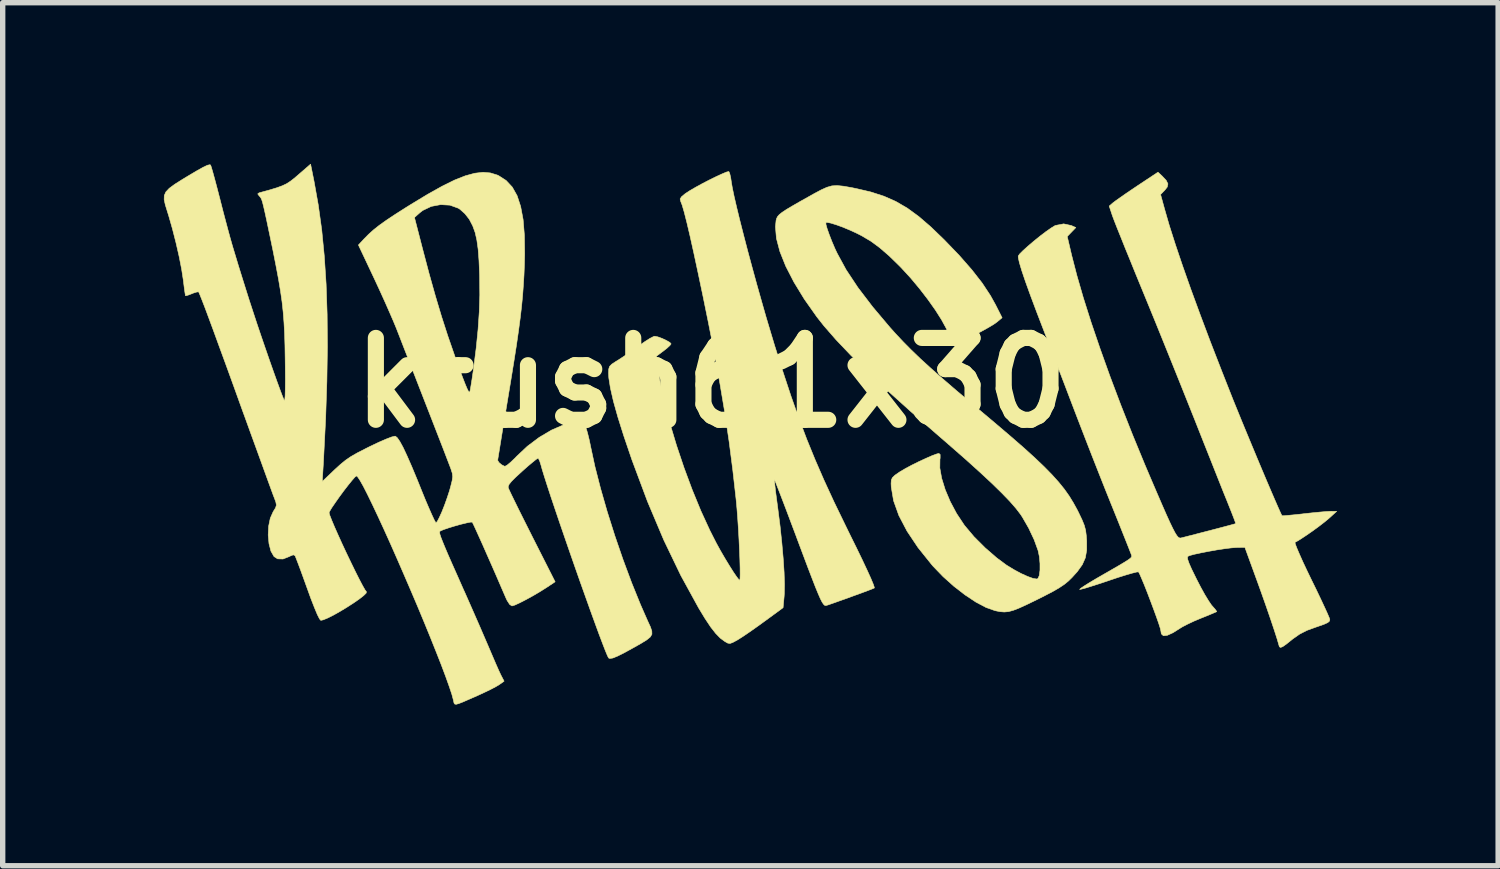
<source format=kicad_pcb>
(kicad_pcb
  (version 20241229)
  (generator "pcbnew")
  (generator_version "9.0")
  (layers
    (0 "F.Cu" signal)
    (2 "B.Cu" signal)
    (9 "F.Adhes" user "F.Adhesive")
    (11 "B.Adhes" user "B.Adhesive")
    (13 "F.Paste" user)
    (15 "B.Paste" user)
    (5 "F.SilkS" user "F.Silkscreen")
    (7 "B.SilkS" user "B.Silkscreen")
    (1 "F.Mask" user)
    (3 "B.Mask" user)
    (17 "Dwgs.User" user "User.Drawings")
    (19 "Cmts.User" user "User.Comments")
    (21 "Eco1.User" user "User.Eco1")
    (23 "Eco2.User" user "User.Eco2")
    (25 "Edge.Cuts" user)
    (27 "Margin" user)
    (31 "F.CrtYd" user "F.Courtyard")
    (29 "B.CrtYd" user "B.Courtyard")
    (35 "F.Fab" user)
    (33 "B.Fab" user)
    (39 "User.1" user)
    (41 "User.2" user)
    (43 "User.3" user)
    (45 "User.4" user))
  (footprint "krush61x30"
    (layer "F.Cu")
    (at 10.186 4.073)
    (property "Reference" "krush61x30" (at 0 0 0) (layer "F.SilkS") (effects (font (size 1.524 1.524) (thickness 0.3))))
    (attr through_hole)
    (fp_poly (pts (xy 0.328 -3.93) (xy 0.344 -3.895) (xy 0.362 -3.818) (xy 0.373 -3.743) (xy 0.392 -3.63) (xy 0.426 -3.467) (xy 0.474 -3.26) (xy 0.533 -3.018) (xy 0.602 -2.747) (xy 0.678 -2.455) (xy 0.761 -2.147) (xy 0.847 -1.833) (xy 0.936 -1.518) (xy 1.024 -1.21) (xy 1.112 -0.916) (xy 1.181 -0.687) (xy 1.337 -0.196) (xy 1.484 0.249) (xy 1.63 0.66) (xy 1.777 1.05) (xy 1.932 1.43) (xy 2.099 1.814) (xy 2.283 2.213) (xy 2.49 2.64) (xy 2.57 2.804) (xy 2.7 3.067) (xy 2.811 3.296) (xy 2.901 3.488) (xy 2.97 3.64) (xy 3.015 3.748) (xy 3.035 3.808) (xy 3.034 3.82) (xy 2.999 3.835) (xy 2.919 3.866) (xy 2.807 3.908) (xy 2.674 3.956) (xy 2.533 4.008) (xy 2.394 4.057) (xy 2.271 4.101) (xy 2.176 4.134) (xy 2.146 4.143) (xy 2.127 4.146) (xy 2.108 4.14) (xy 2.087 4.118) (xy 2.061 4.078) (xy 2.029 4.015) (xy 1.989 3.923) (xy 1.938 3.799) (xy 1.875 3.637) (xy 1.797 3.434) (xy 1.703 3.184) (xy 1.59 2.882) (xy 1.583 2.862) (xy 1.493 2.624) (xy 1.411 2.405) (xy 1.337 2.211) (xy 1.274 2.047) (xy 1.225 1.921) (xy 1.192 1.838) (xy 1.176 1.803) (xy 1.176 1.803) (xy 1.177 1.834) (xy 1.185 1.914) (xy 1.199 2.035) (xy 1.219 2.187) (xy 1.242 2.361) (xy 1.282 2.677) (xy 1.314 2.983) (xy 1.339 3.269) (xy 1.356 3.528) (xy 1.363 3.749) (xy 1.36 3.923) (xy 1.356 3.983) (xy 1.337 4.186) (xy 0.982 4.446) (xy 0.842 4.547) (xy 0.707 4.642) (xy 0.589 4.722) (xy 0.501 4.778) (xy 0.485 4.788) (xy 0.401 4.833) (xy 0.349 4.852) (xy 0.306 4.845) (xy 0.253 4.815) (xy 0.253 4.815) (xy 0.169 4.753) (xy 0.084 4.666) (xy -0.01 4.546) (xy -0.117 4.385) (xy -0.234 4.192) (xy -0.565 3.588) (xy -0.883 2.927) (xy -1.186 2.21) (xy -1.475 1.437) (xy -1.627 0.99) (xy -1.737 0.641) (xy -1.82 0.345) (xy -1.876 0.101) (xy -1.906 -0.089) (xy -1.911 -0.179) (xy -1.908 -0.254) (xy -1.892 -0.304) (xy -1.851 -0.346) (xy -1.772 -0.398) (xy -1.748 -0.412) (xy -1.649 -0.476) (xy -1.524 -0.561) (xy -1.394 -0.653) (xy -1.345 -0.689) (xy -1.238 -0.764) (xy -1.144 -0.824) (xy -1.076 -0.859) (xy -1.053 -0.866) (xy -0.994 -0.854) (xy -0.914 -0.825) (xy -0.834 -0.787) (xy -0.771 -0.751) (xy -0.747 -0.724) (xy -0.769 -0.694) (xy -0.826 -0.641) (xy -0.884 -0.596) (xy -1.021 -0.493) (xy -1.002 -0.329) (xy -0.95 -0.002) (xy -0.872 0.363) (xy -0.769 0.757) (xy -0.646 1.167) (xy -0.506 1.583) (xy -0.354 1.992) (xy -0.193 2.384) (xy -0.026 2.747) (xy 0.095 2.985) (xy 0.174 3.129) (xy 0.258 3.273) (xy 0.34 3.408) (xy 0.414 3.525) (xy 0.475 3.614) (xy 0.516 3.666) (xy 0.529 3.676) (xy 0.536 3.647) (xy 0.538 3.568) (xy 0.537 3.448) (xy 0.533 3.294) (xy 0.526 3.117) (xy 0.517 2.925) (xy 0.506 2.727) (xy 0.493 2.532) (xy 0.479 2.348) (xy 0.464 2.186) (xy 0.462 2.166) (xy 0.401 1.626) (xy 0.333 1.097) (xy 0.254 0.565) (xy 0.162 0.018) (xy 0.057 -0.559) (xy -0.057 -1.138) (xy -0.156 -1.623) (xy -0.246 -2.05) (xy -0.325 -2.418) (xy -0.394 -2.728) (xy -0.453 -2.979) (xy -0.502 -3.172) (xy -0.541 -3.305) (xy -0.57 -3.38) (xy -0.57 -3.382) (xy -0.579 -3.42) (xy -0.554 -3.461) (xy -0.487 -3.517) (xy -0.471 -3.528) (xy -0.394 -3.578) (xy -0.287 -3.64) (xy -0.163 -3.708) (xy -0.033 -3.775) (xy 0.093 -3.837) (xy 0.202 -3.887) (xy 0.283 -3.921) (xy 0.326 -3.931) (xy 0.328 -3.93)) (stroke (width 0.01) (type solid)) (fill yes) (layer "F.SilkS"))
    (fp_poly (pts (xy 2.461 -3.658) (xy 2.615 -3.631) (xy 2.698 -3.614) (xy 2.971 -3.55) (xy 3.213 -3.472) (xy 3.435 -3.374) (xy 3.648 -3.25) (xy 3.862 -3.094) (xy 4.087 -2.9) (xy 4.334 -2.662) (xy 4.334 -2.662) (xy 4.615 -2.37) (xy 4.849 -2.103) (xy 5.041 -1.857) (xy 5.195 -1.624) (xy 5.292 -1.449) (xy 5.413 -1.21) (xy 5.317 -1.13) (xy 5.252 -1.084) (xy 5.151 -1.024) (xy 5.028 -0.956) (xy 4.894 -0.886) (xy 4.762 -0.821) (xy 4.645 -0.767) (xy 4.555 -0.73) (xy 4.505 -0.717) (xy 4.46 -0.741) (xy 4.452 -0.773) (xy 4.432 -0.874) (xy 4.375 -1.009) (xy 4.286 -1.172) (xy 4.17 -1.355) (xy 4.031 -1.551) (xy 3.876 -1.752) (xy 3.71 -1.951) (xy 3.536 -2.14) (xy 3.506 -2.171) (xy 3.31 -2.362) (xy 3.135 -2.513) (xy 2.968 -2.636) (xy 2.795 -2.738) (xy 2.704 -2.784) (xy 2.573 -2.844) (xy 2.44 -2.899) (xy 2.317 -2.943) (xy 2.217 -2.973) (xy 2.152 -2.985) (xy 2.134 -2.981) (xy 2.135 -2.945) (xy 2.157 -2.867) (xy 2.195 -2.759) (xy 2.244 -2.633) (xy 2.3 -2.501) (xy 2.343 -2.41) (xy 2.51 -2.103) (xy 2.73 -1.771) (xy 3.003 -1.413) (xy 3.326 -1.03) (xy 3.43 -0.914) (xy 3.567 -0.768) (xy 3.717 -0.616) (xy 3.886 -0.453) (xy 4.08 -0.276) (xy 4.303 -0.078) (xy 4.561 0.144) (xy 4.86 0.396) (xy 4.98 0.497) (xy 5.301 0.767) (xy 5.579 1.004) (xy 5.819 1.213) (xy 6.023 1.398) (xy 6.196 1.563) (xy 6.342 1.712) (xy 6.466 1.85) (xy 6.571 1.98) (xy 6.661 2.107) (xy 6.74 2.236) (xy 6.813 2.369) (xy 6.835 2.413) (xy 6.9 2.549) (xy 6.942 2.652) (xy 6.967 2.745) (xy 6.98 2.848) (xy 6.987 2.942) (xy 6.987 3.115) (xy 6.962 3.257) (xy 6.905 3.386) (xy 6.811 3.517) (xy 6.711 3.627) (xy 6.642 3.694) (xy 6.568 3.754) (xy 6.478 3.814) (xy 6.363 3.881) (xy 6.21 3.961) (xy 6.067 4.033) (xy 5.88 4.124) (xy 5.736 4.19) (xy 5.624 4.234) (xy 5.533 4.259) (xy 5.453 4.266) (xy 5.374 4.26) (xy 5.285 4.242) (xy 5.278 4.24) (xy 5.114 4.182) (xy 4.925 4.082) (xy 4.723 3.948) (xy 4.515 3.787) (xy 4.314 3.607) (xy 4.128 3.414) (xy 4.104 3.386) (xy 3.848 3.067) (xy 3.643 2.76) (xy 3.491 2.469) (xy 3.393 2.195) (xy 3.35 1.94) (xy 3.347 1.875) (xy 3.351 1.812) (xy 3.371 1.766) (xy 3.418 1.721) (xy 3.503 1.662) (xy 3.519 1.652) (xy 3.614 1.596) (xy 3.734 1.532) (xy 3.865 1.467) (xy 3.995 1.407) (xy 4.109 1.357) (xy 4.196 1.325) (xy 4.236 1.315) (xy 4.26 1.335) (xy 4.26 1.401) (xy 4.256 1.427) (xy 4.254 1.586) (xy 4.288 1.777) (xy 4.354 1.99) (xy 4.448 2.212) (xy 4.565 2.432) (xy 4.702 2.639) (xy 4.719 2.662) (xy 4.891 2.866) (xy 5.097 3.072) (xy 5.315 3.261) (xy 5.495 3.394) (xy 5.629 3.476) (xy 5.762 3.548) (xy 5.886 3.604) (xy 5.988 3.641) (xy 6.057 3.652) (xy 6.079 3.645) (xy 6.105 3.587) (xy 6.118 3.487) (xy 6.118 3.364) (xy 6.106 3.234) (xy 6.082 3.121) (xy 6.009 2.92) (xy 5.907 2.704) (xy 5.789 2.499) (xy 5.757 2.45) (xy 5.672 2.339) (xy 5.556 2.206) (xy 5.406 2.051) (xy 5.22 1.869) (xy 4.995 1.66) (xy 4.73 1.421) (xy 4.42 1.15) (xy 4.184 0.945) (xy 3.714 0.536) (xy 3.293 0.157) (xy 2.921 -0.193) (xy 2.597 -0.512) (xy 2.323 -0.8) (xy 2.098 -1.058) (xy 1.966 -1.225) (xy 1.732 -1.557) (xy 1.539 -1.873) (xy 1.387 -2.168) (xy 1.278 -2.441) (xy 1.213 -2.687) (xy 1.195 -2.904) (xy 1.207 -3.023) (xy 1.217 -3.059) (xy 1.235 -3.094) (xy 1.267 -3.13) (xy 1.32 -3.172) (xy 1.4 -3.225) (xy 1.513 -3.292) (xy 1.664 -3.379) (xy 1.861 -3.489) (xy 1.912 -3.518) (xy 2.045 -3.589) (xy 2.151 -3.637) (xy 2.245 -3.664) (xy 2.343 -3.67) (xy 2.461 -3.658)) (stroke (width 0.01) (type solid)) (fill yes) (layer "F.SilkS"))
    (fp_poly (pts (xy 8.388 -3.85) (xy 8.467 -3.766) (xy 8.499 -3.701) (xy 8.486 -3.642) (xy 8.442 -3.586) (xy 8.362 -3.503) (xy 8.439 -3.223) (xy 8.525 -2.925) (xy 8.636 -2.577) (xy 8.769 -2.183) (xy 8.923 -1.746) (xy 9.097 -1.272) (xy 9.288 -0.764) (xy 9.497 -0.226) (xy 9.713 0.322) (xy 9.788 0.506) (xy 9.872 0.712) (xy 9.963 0.932) (xy 10.058 1.161) (xy 10.154 1.392) (xy 10.248 1.616) (xy 10.338 1.829) (xy 10.421 2.023) (xy 10.493 2.19) (xy 10.552 2.325) (xy 10.595 2.421) (xy 10.619 2.47) (xy 10.623 2.474) (xy 10.654 2.475) (xy 10.733 2.468) (xy 10.85 2.457) (xy 10.992 2.442) (xy 11.031 2.437) (xy 11.189 2.42) (xy 11.334 2.406) (xy 11.452 2.396) (xy 11.528 2.392) (xy 11.535 2.392) (xy 11.639 2.393) (xy 11.49 2.528) (xy 11.41 2.594) (xy 11.305 2.675) (xy 11.187 2.761) (xy 11.07 2.842) (xy 10.967 2.91) (xy 10.891 2.956) (xy 10.864 2.968) (xy 10.868 2.997) (xy 10.896 3.072) (xy 10.945 3.187) (xy 11.011 3.335) (xy 11.093 3.509) (xy 11.168 3.664) (xy 11.26 3.852) (xy 11.343 4.026) (xy 11.413 4.176) (xy 11.467 4.294) (xy 11.501 4.374) (xy 11.511 4.404) (xy 11.506 4.434) (xy 11.474 4.463) (xy 11.406 4.494) (xy 11.293 4.534) (xy 11.252 4.548) (xy 11.084 4.609) (xy 10.95 4.678) (xy 10.824 4.766) (xy 10.804 4.782) (xy 10.702 4.864) (xy 10.635 4.911) (xy 10.595 4.926) (xy 10.574 4.914) (xy 10.567 4.893) (xy 10.532 4.772) (xy 10.478 4.604) (xy 10.408 4.395) (xy 10.325 4.154) (xy 10.231 3.888) (xy 10.165 3.705) (xy 9.931 3.063) (xy 9.769 3.066) (xy 9.677 3.073) (xy 9.551 3.089) (xy 9.406 3.111) (xy 9.254 3.138) (xy 9.111 3.166) (xy 8.99 3.192) (xy 8.905 3.215) (xy 8.874 3.228) (xy 8.862 3.248) (xy 8.867 3.288) (xy 8.891 3.357) (xy 8.937 3.462) (xy 9.009 3.609) (xy 9.031 3.654) (xy 9.109 3.805) (xy 9.186 3.944) (xy 9.256 4.059) (xy 9.309 4.137) (xy 9.323 4.153) (xy 9.376 4.213) (xy 9.405 4.253) (xy 9.406 4.26) (xy 9.377 4.273) (xy 9.304 4.304) (xy 9.2 4.347) (xy 9.12 4.379) (xy 8.988 4.434) (xy 8.865 4.492) (xy 8.77 4.541) (xy 8.739 4.56) (xy 8.593 4.652) (xy 8.485 4.701) (xy 8.414 4.708) (xy 8.376 4.673) (xy 8.367 4.618) (xy 8.357 4.572) (xy 8.328 4.481) (xy 8.285 4.358) (xy 8.232 4.213) (xy 8.174 4.058) (xy 8.115 3.903) (xy 8.059 3.761) (xy 8.009 3.642) (xy 7.972 3.557) (xy 7.951 3.519) (xy 7.918 3.522) (xy 7.838 3.542) (xy 7.72 3.576) (xy 7.573 3.622) (xy 7.406 3.678) (xy 7.401 3.68) (xy 7.234 3.736) (xy 7.086 3.783) (xy 6.968 3.82) (xy 6.888 3.841) (xy 6.855 3.847) (xy 6.855 3.846) (xy 6.874 3.827) (xy 6.937 3.784) (xy 7.036 3.722) (xy 7.163 3.646) (xy 7.267 3.586) (xy 7.453 3.479) (xy 7.593 3.398) (xy 7.693 3.338) (xy 7.761 3.295) (xy 7.801 3.265) (xy 7.82 3.244) (xy 7.825 3.226) (xy 7.821 3.209) (xy 7.819 3.202) (xy 7.804 3.163) (xy 7.77 3.076) (xy 7.719 2.947) (xy 7.654 2.784) (xy 7.578 2.593) (xy 7.493 2.382) (xy 7.442 2.256) (xy 7.334 1.987) (xy 7.216 1.689) (xy 7.094 1.379) (xy 6.976 1.076) (xy 6.867 0.794) (xy 6.78 0.568) (xy 6.681 0.309) (xy 6.571 0.02) (xy 6.456 -0.28) (xy 6.343 -0.572) (xy 6.241 -0.837) (xy 6.195 -0.956) (xy 6.055 -1.32) (xy 5.939 -1.63) (xy 5.847 -1.885) (xy 5.779 -2.086) (xy 5.735 -2.233) (xy 5.714 -2.327) (xy 5.713 -2.358) (xy 5.739 -2.396) (xy 5.804 -2.461) (xy 5.895 -2.543) (xy 6.003 -2.635) (xy 6.118 -2.728) (xy 6.228 -2.812) (xy 6.324 -2.879) (xy 6.394 -2.922) (xy 6.408 -2.928) (xy 6.559 -2.957) (xy 6.701 -2.926) (xy 6.708 -2.923) (xy 6.785 -2.888) (xy 6.625 -2.722) (xy 6.708 -2.369) (xy 6.804 -1.997) (xy 6.925 -1.579) (xy 7.07 -1.122) (xy 7.237 -0.632) (xy 7.422 -0.116) (xy 7.624 0.419) (xy 7.84 0.967) (xy 8.068 1.521) (xy 8.162 1.742) (xy 8.284 2.027) (xy 8.385 2.261) (xy 8.468 2.45) (xy 8.535 2.598) (xy 8.589 2.71) (xy 8.631 2.79) (xy 8.664 2.843) (xy 8.691 2.874) (xy 8.714 2.888) (xy 8.735 2.889) (xy 8.739 2.889) (xy 8.822 2.868) (xy 8.939 2.838) (xy 9.078 2.802) (xy 9.229 2.763) (xy 9.379 2.724) (xy 9.519 2.687) (xy 9.636 2.656) (xy 9.719 2.633) (xy 9.758 2.622) (xy 9.76 2.621) (xy 9.752 2.593) (xy 9.725 2.52) (xy 9.684 2.414) (xy 9.633 2.286) (xy 9.594 2.188) (xy 9.535 2.043) (xy 9.461 1.857) (xy 9.374 1.638) (xy 9.277 1.393) (xy 9.173 1.132) (xy 9.065 0.859) (xy 8.997 0.687) (xy 8.868 0.364) (xy 8.725 0.006) (xy 8.573 -0.372) (xy 8.418 -0.756) (xy 8.267 -1.129) (xy 8.125 -1.476) (xy 8.001 -1.778) (xy 7.895 -2.036) (xy 7.795 -2.283) (xy 7.702 -2.51) (xy 7.621 -2.713) (xy 7.552 -2.884) (xy 7.5 -3.017) (xy 7.467 -3.105) (xy 7.458 -3.131) (xy 7.406 -3.288) (xy 7.475 -3.348) (xy 7.524 -3.385) (xy 7.613 -3.448) (xy 7.729 -3.529) (xy 7.864 -3.62) (xy 7.929 -3.664) (xy 8.314 -3.919) (xy 8.388 -3.85)) (stroke (width 0.01) (type solid)) (fill yes) (layer "F.SilkS"))
    (fp_poly (pts (xy -7.391 -3.745) (xy -7.313 -3.308) (xy -7.249 -2.847) (xy -7.201 -2.357) (xy -7.167 -1.834) (xy -7.148 -1.274) (xy -7.143 -0.674) (xy -7.153 -0.027) (xy -7.176 0.668) (xy -7.214 1.417) (xy -7.219 1.509) (xy -7.239 1.838) (xy -7.004 1.614) (xy -6.901 1.52) (xy -6.807 1.443) (xy -6.708 1.375) (xy -6.588 1.306) (xy -6.434 1.227) (xy -6.346 1.183) (xy -6.186 1.107) (xy -6.05 1.048) (xy -5.948 1.009) (xy -5.887 0.994) (xy -5.877 0.995) (xy -5.841 1.025) (xy -5.794 1.094) (xy -5.734 1.204) (xy -5.661 1.36) (xy -5.572 1.563) (xy -5.466 1.818) (xy -5.394 1.997) (xy -5.322 2.174) (xy -5.255 2.331) (xy -5.198 2.46) (xy -5.155 2.552) (xy -5.128 2.6) (xy -5.122 2.606) (xy -5.098 2.58) (xy -5.061 2.509) (xy -5.014 2.406) (xy -4.964 2.28) (xy -4.916 2.146) (xy -4.872 2.013) (xy -4.849 1.93) (xy -4.822 1.822) (xy -4.812 1.749) (xy -4.819 1.684) (xy -4.844 1.605) (xy -4.861 1.56) (xy -4.885 1.497) (xy -4.928 1.385) (xy -4.987 1.231) (xy -5.06 1.043) (xy -5.144 0.827) (xy -5.236 0.59) (xy -5.334 0.339) (xy -5.434 0.082) (xy -5.534 -0.175) (xy -5.631 -0.425) (xy -5.723 -0.661) (xy -5.806 -0.875) (xy -5.861 -1.016) (xy -5.912 -1.139) (xy -5.983 -1.303) (xy -6.067 -1.494) (xy -6.159 -1.697) (xy -6.253 -1.9) (xy -6.275 -1.947) (xy -6.566 -2.564) (xy -6.458 -2.68) (xy -6.375 -2.764) (xy -6.285 -2.845) (xy -6.178 -2.93) (xy -6.046 -3.024) (xy -5.968 -3.076) (xy -5.523 -3.076) (xy -5.375 -2.502) (xy -5.252 -2.036) (xy -5.134 -1.616) (xy -5.019 -1.232) (xy -4.902 -0.87) (xy -4.78 -0.518) (xy -4.761 -0.463) (xy -4.683 -0.25) (xy -4.623 -0.088) (xy -4.577 0.03) (xy -4.544 0.108) (xy -4.521 0.154) (xy -4.505 0.173) (xy -4.495 0.172) (xy -4.486 0.139) (xy -4.472 0.058) (xy -4.453 -0.06) (xy -4.432 -0.204) (xy -4.424 -0.257) (xy -4.374 -0.648) (xy -4.339 -0.997) (xy -4.317 -1.32) (xy -4.307 -1.631) (xy -4.31 -1.948) (xy -4.311 -2.013) (xy -4.322 -2.274) (xy -4.338 -2.485) (xy -4.362 -2.656) (xy -4.394 -2.797) (xy -4.438 -2.918) (xy -4.495 -3.028) (xy -4.507 -3.048) (xy -4.584 -3.146) (xy -4.677 -3.229) (xy -4.708 -3.249) (xy -4.863 -3.305) (xy -5.037 -3.315) (xy -5.211 -3.282) (xy -5.368 -3.207) (xy -5.422 -3.165) (xy -5.523 -3.076) (xy -5.968 -3.076) (xy -5.882 -3.133) (xy -5.678 -3.263) (xy -5.588 -3.319) (xy -5.279 -3.506) (xy -5.011 -3.656) (xy -4.779 -3.771) (xy -4.577 -3.851) (xy -4.402 -3.899) (xy -4.247 -3.917) (xy -4.11 -3.905) (xy -3.983 -3.866) (xy -3.955 -3.853) (xy -3.817 -3.764) (xy -3.703 -3.642) (xy -3.613 -3.482) (xy -3.547 -3.282) (xy -3.501 -3.037) (xy -3.477 -2.744) (xy -3.472 -2.4) (xy -3.477 -2.196) (xy -3.485 -1.997) (xy -3.497 -1.805) (xy -3.511 -1.614) (xy -3.53 -1.417) (xy -3.555 -1.204) (xy -3.586 -0.97) (xy -3.624 -0.706) (xy -3.671 -0.405) (xy -3.727 -0.059) (xy -3.782 0.273) (xy -3.824 0.528) (xy -3.864 0.764) (xy -3.899 0.976) (xy -3.928 1.155) (xy -3.951 1.297) (xy -3.967 1.394) (xy -3.974 1.441) (xy -3.974 1.444) (xy -3.952 1.483) (xy -3.9 1.527) (xy -3.848 1.553) (xy -3.837 1.554) (xy -3.798 1.533) (xy -3.732 1.478) (xy -3.65 1.4) (xy -3.623 1.371) (xy -3.422 1.182) (xy -3.201 1.016) (xy -2.971 0.88) (xy -2.745 0.782) (xy -2.535 0.729) (xy -2.53 0.728) (xy -2.444 0.721) (xy -2.394 0.733) (xy -2.359 0.771) (xy -2.353 0.781) (xy -2.33 0.838) (xy -2.301 0.939) (xy -2.269 1.069) (xy -2.243 1.195) (xy -2.164 1.562) (xy -2.06 1.967) (xy -1.936 2.399) (xy -1.795 2.845) (xy -1.642 3.29) (xy -1.481 3.723) (xy -1.316 4.13) (xy -1.182 4.435) (xy -1.133 4.541) (xy -1.106 4.619) (xy -1.104 4.679) (xy -1.134 4.731) (xy -1.2 4.785) (xy -1.307 4.851) (xy -1.434 4.923) (xy -1.61 5.02) (xy -1.741 5.086) (xy -1.832 5.123) (xy -1.888 5.131) (xy -1.91 5.122) (xy -1.931 5.081) (xy -1.969 4.99) (xy -2.022 4.853) (xy -2.088 4.679) (xy -2.164 4.471) (xy -2.249 4.237) (xy -2.34 3.982) (xy -2.436 3.713) (xy -2.534 3.434) (xy -2.632 3.153) (xy -2.728 2.875) (xy -2.82 2.607) (xy -2.906 2.353) (xy -2.984 2.121) (xy -3.051 1.916) (xy -3.106 1.744) (xy -3.147 1.611) (xy -3.169 1.531) (xy -3.193 1.455) (xy -3.216 1.409) (xy -3.224 1.404) (xy -3.255 1.423) (xy -3.32 1.475) (xy -3.411 1.551) (xy -3.517 1.645) (xy -3.522 1.65) (xy -3.641 1.759) (xy -3.719 1.837) (xy -3.763 1.893) (xy -3.779 1.934) (xy -3.777 1.956) (xy -3.759 1.997) (xy -3.718 2.084) (xy -3.656 2.211) (xy -3.578 2.37) (xy -3.486 2.554) (xy -3.384 2.757) (xy -3.332 2.861) (xy -2.905 3.704) (xy -3.061 3.808) (xy -3.183 3.885) (xy -3.315 3.963) (xy -3.446 4.035) (xy -3.563 4.095) (xy -3.654 4.137) (xy -3.707 4.153) (xy -3.709 4.153) (xy -3.751 4.126) (xy -3.799 4.052) (xy -3.818 4.012) (xy -3.907 3.807) (xy -3.998 3.596) (xy -4.089 3.388) (xy -4.177 3.189) (xy -4.257 3.007) (xy -4.328 2.85) (xy -4.385 2.724) (xy -4.426 2.636) (xy -4.447 2.595) (xy -4.448 2.593) (xy -4.482 2.594) (xy -4.557 2.609) (xy -4.66 2.634) (xy -4.774 2.666) (xy -4.885 2.7) (xy -4.979 2.732) (xy -5.039 2.757) (xy -5.044 2.761) (xy -5.053 2.77) (xy -5.055 2.789) (xy -5.049 2.821) (xy -5.032 2.873) (xy -5.003 2.948) (xy -4.96 3.053) (xy -4.901 3.192) (xy -4.823 3.37) (xy -4.724 3.592) (xy -4.604 3.864) (xy -4.596 3.88) (xy -4.501 4.095) (xy -4.403 4.318) (xy -4.308 4.535) (xy -4.223 4.732) (xy -4.153 4.894) (xy -4.133 4.941) (xy -4.068 5.093) (xy -4.007 5.235) (xy -3.955 5.353) (xy -3.918 5.432) (xy -3.912 5.444) (xy -3.855 5.554) (xy -3.944 5.617) (xy -4.007 5.655) (xy -4.11 5.709) (xy -4.237 5.77) (xy -4.339 5.817) (xy -4.503 5.889) (xy -4.62 5.94) (xy -4.699 5.971) (xy -4.747 5.984) (xy -4.774 5.979) (xy -4.787 5.959) (xy -4.794 5.926) (xy -4.798 5.908) (xy -4.827 5.799) (xy -4.877 5.649) (xy -4.944 5.462) (xy -5.026 5.244) (xy -5.122 5) (xy -5.228 4.735) (xy -5.343 4.454) (xy -5.464 4.163) (xy -5.59 3.867) (xy -5.718 3.57) (xy -5.845 3.278) (xy -5.969 2.997) (xy -6.089 2.731) (xy -6.202 2.486) (xy -6.306 2.266) (xy -6.398 2.077) (xy -6.476 1.924) (xy -6.539 1.813) (xy -6.583 1.748) (xy -6.603 1.733) (xy -6.632 1.756) (xy -6.686 1.818) (xy -6.758 1.907) (xy -6.84 2.013) (xy -6.923 2.126) (xy -6.999 2.234) (xy -7.062 2.326) (xy -7.101 2.392) (xy -7.112 2.419) (xy -7.099 2.466) (xy -7.064 2.556) (xy -7.011 2.682) (xy -6.944 2.833) (xy -6.868 3.001) (xy -6.786 3.176) (xy -6.702 3.351) (xy -6.622 3.515) (xy -6.549 3.66) (xy -6.488 3.776) (xy -6.442 3.856) (xy -6.417 3.889) (xy -6.422 3.915) (xy -6.47 3.962) (xy -6.552 4.026) (xy -6.659 4.1) (xy -6.78 4.178) (xy -6.906 4.254) (xy -7.028 4.323) (xy -7.135 4.377) (xy -7.22 4.412) (xy -7.266 4.422) (xy -7.29 4.394) (xy -7.331 4.313) (xy -7.385 4.183) (xy -7.453 4.009) (xy -7.515 3.837) (xy -7.579 3.66) (xy -7.637 3.5) (xy -7.686 3.369) (xy -7.723 3.273) (xy -7.743 3.222) (xy -7.746 3.218) (xy -7.778 3.202) (xy -7.84 3.227) (xy -7.855 3.235) (xy -7.969 3.28) (xy -8.069 3.277) (xy -8.136 3.235) (xy -8.194 3.134) (xy -8.23 2.995) (xy -8.245 2.834) (xy -8.237 2.67) (xy -8.206 2.52) (xy -8.153 2.401) (xy -8.108 2.328) (xy -8.092 2.277) (xy -8.103 2.219) (xy -8.128 2.151) (xy -8.149 2.097) (xy -8.187 1.993) (xy -8.241 1.845) (xy -8.309 1.658) (xy -8.389 1.437) (xy -8.479 1.189) (xy -8.577 0.92) (xy -8.68 0.635) (xy -8.723 0.518) (xy -8.886 0.065) (xy -9.03 -0.332) (xy -9.156 -0.676) (xy -9.262 -0.967) (xy -9.351 -1.207) (xy -9.422 -1.398) (xy -9.477 -1.54) (xy -9.515 -1.635) (xy -9.536 -1.684) (xy -9.541 -1.692) (xy -9.573 -1.689) (xy -9.64 -1.668) (xy -9.666 -1.657) (xy -9.737 -1.63) (xy -9.78 -1.619) (xy -9.784 -1.619) (xy -9.79 -1.651) (xy -9.802 -1.729) (xy -9.816 -1.839) (xy -9.825 -1.912) (xy -9.856 -2.113) (xy -9.903 -2.352) (xy -9.962 -2.61) (xy -10.028 -2.868) (xy -10.097 -3.109) (xy -10.122 -3.189) (xy -10.16 -3.312) (xy -10.181 -3.408) (xy -10.179 -3.485) (xy -10.149 -3.552) (xy -10.086 -3.619) (xy -9.984 -3.694) (xy -9.84 -3.785) (xy -9.741 -3.845) (xy -9.576 -3.943) (xy -9.456 -4.01) (xy -9.376 -4.048) (xy -9.33 -4.058) (xy -9.317 -4.051) (xy -9.303 -4.012) (xy -9.277 -3.923) (xy -9.242 -3.796) (xy -9.2 -3.638) (xy -9.154 -3.46) (xy -9.143 -3.418) (xy -9.086 -3.194) (xy -9.036 -3.005) (xy -8.992 -2.84) (xy -8.95 -2.686) (xy -8.906 -2.532) (xy -8.856 -2.367) (xy -8.799 -2.178) (xy -8.729 -1.953) (xy -8.66 -1.733) (xy -8.599 -1.54) (xy -8.529 -1.326) (xy -8.454 -1.098) (xy -8.375 -0.864) (xy -8.295 -0.631) (xy -8.217 -0.406) (xy -8.144 -0.199) (xy -8.078 -0.015) (xy -8.022 0.138) (xy -7.979 0.251) (xy -7.951 0.318) (xy -7.945 0.329) (xy -7.936 0.314) (xy -7.93 0.243) (xy -7.927 0.117) (xy -7.925 -0.06) (xy -7.927 -0.287) (xy -7.929 -0.448) (xy -7.933 -0.698) (xy -7.94 -0.919) (xy -7.951 -1.12) (xy -7.966 -1.313) (xy -7.987 -1.505) (xy -8.016 -1.707) (xy -8.053 -1.928) (xy -8.1 -2.178) (xy -8.157 -2.466) (xy -8.227 -2.802) (xy -8.232 -2.825) (xy -8.274 -3.026) (xy -8.307 -3.177) (xy -8.332 -3.286) (xy -8.351 -3.361) (xy -8.367 -3.41) (xy -8.382 -3.441) (xy -8.399 -3.463) (xy -8.414 -3.479) (xy -8.44 -3.515) (xy -8.416 -3.533) (xy -8.405 -3.537) (xy -8.223 -3.587) (xy -8.087 -3.628) (xy -7.985 -3.665) (xy -7.904 -3.703) (xy -7.833 -3.749) (xy -7.758 -3.807) (xy -7.68 -3.874) (xy -7.456 -4.068) (xy -7.391 -3.745)) (stroke (width 0.01) (type solid)) (fill yes) (layer "F.SilkS")))
  (gr_rect
    (start -3 -3)
    (end 24.83 13.061)
    (stroke (width 0.1) (type default))
    (fill no)
    (layer "Edge.Cuts")))
</source>
